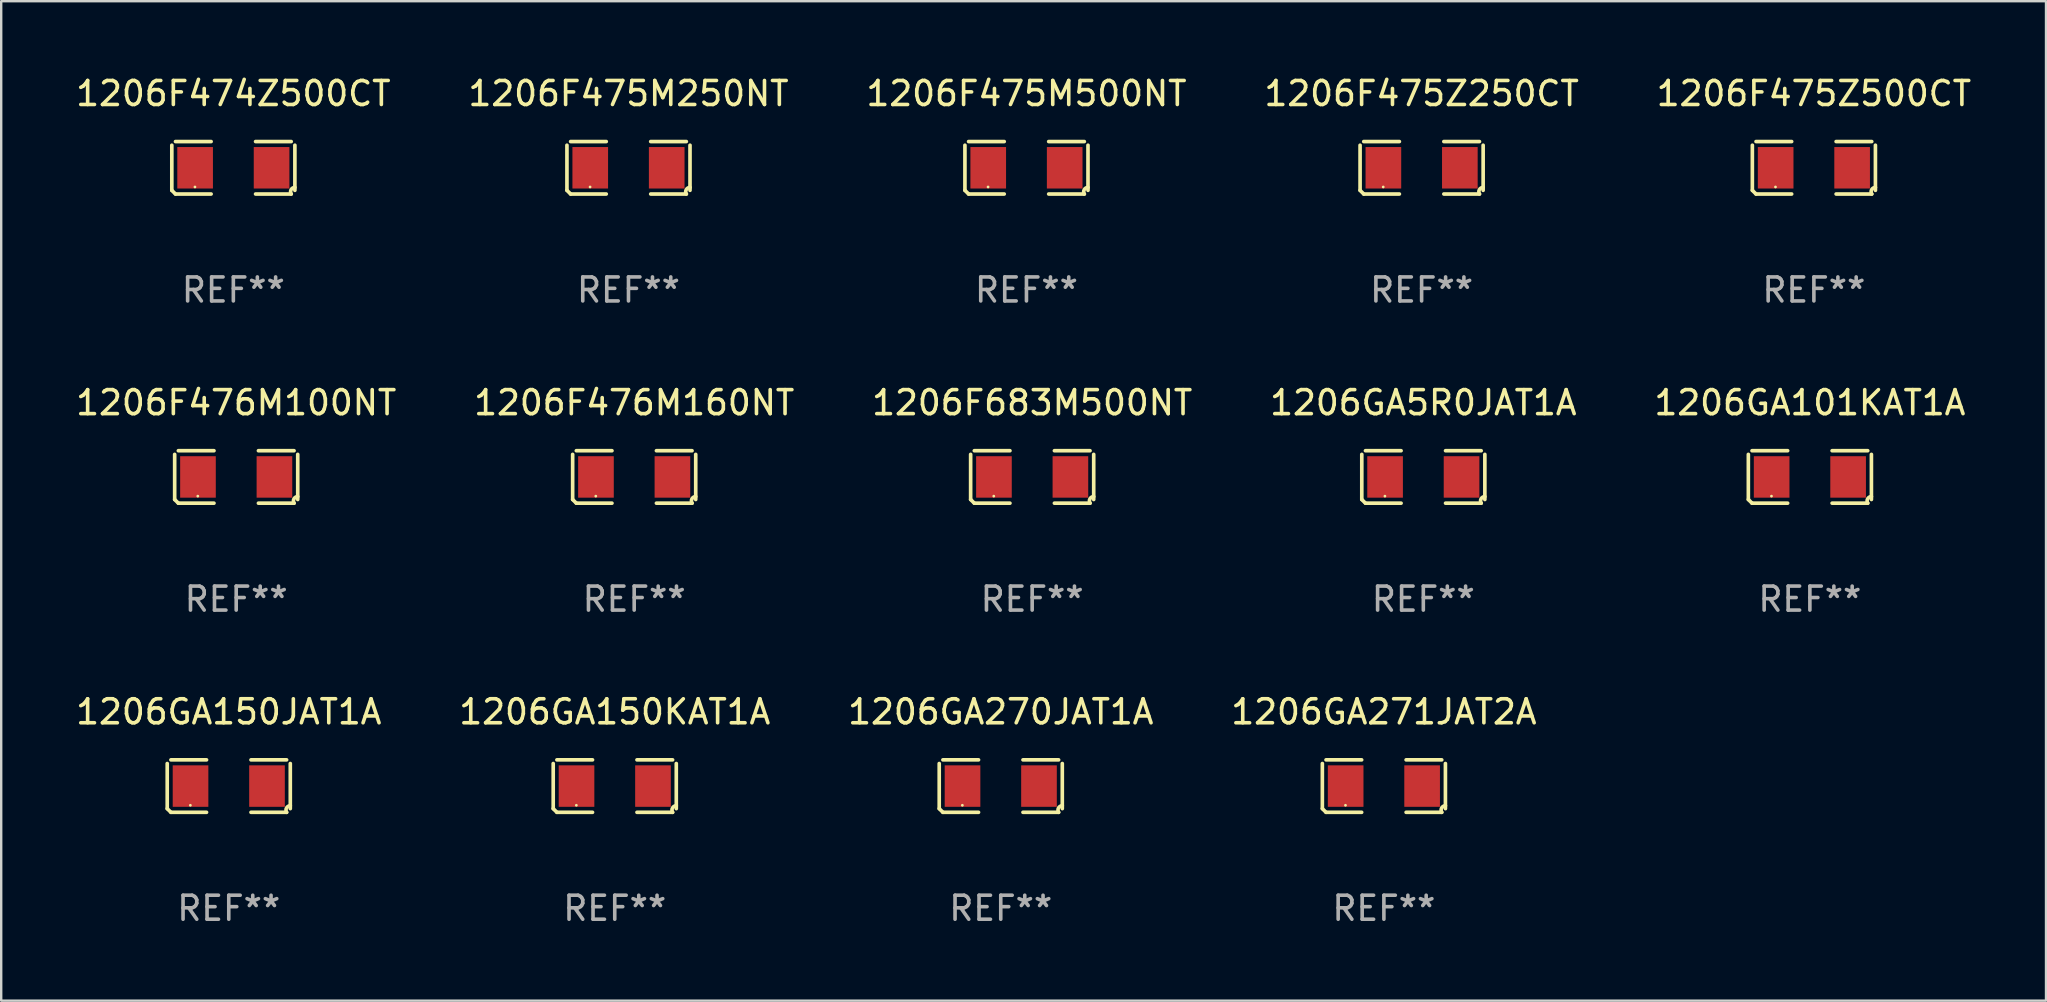
<source format=kicad_pcb>
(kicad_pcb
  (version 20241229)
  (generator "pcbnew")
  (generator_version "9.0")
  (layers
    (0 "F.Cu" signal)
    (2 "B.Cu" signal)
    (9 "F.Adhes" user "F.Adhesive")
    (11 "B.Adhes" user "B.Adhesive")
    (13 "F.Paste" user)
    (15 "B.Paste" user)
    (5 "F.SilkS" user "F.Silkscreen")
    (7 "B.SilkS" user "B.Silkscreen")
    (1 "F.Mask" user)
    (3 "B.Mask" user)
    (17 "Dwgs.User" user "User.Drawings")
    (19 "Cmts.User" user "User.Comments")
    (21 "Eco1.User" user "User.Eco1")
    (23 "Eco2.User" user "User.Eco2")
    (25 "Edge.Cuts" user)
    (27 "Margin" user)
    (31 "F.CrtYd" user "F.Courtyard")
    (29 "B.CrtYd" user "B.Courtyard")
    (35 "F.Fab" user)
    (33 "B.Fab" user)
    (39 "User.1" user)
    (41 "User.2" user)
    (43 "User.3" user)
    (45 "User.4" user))
  (footprint "1206F475M250NT"
    (layer "F.Cu")
    (at 23.137 3.941)
    (property "Reference" "1206F475M250NT" (at 0 -3.093 0) (layer "F.SilkS") (effects (font (size 1 1) (thickness 0.15))))
    (attr through_hole)
    (fp_line (start -2.564 0.94) (end -2.564 -0.94) (stroke (width 0.152) (type solid)) (layer "F.SilkS"))
    (fp_line (start -2.411 -1.093) (end -0.926 -1.093) (stroke (width 0.152) (type solid)) (layer "F.SilkS"))
    (fp_line (start -0.926 1.093) (end -2.411 1.093) (stroke (width 0.152) (type solid)) (layer "F.SilkS"))
    (fp_line (start 0.926 1.093) (end 2.411 1.093) (stroke (width 0.152) (type solid)) (layer "F.SilkS"))
    (fp_line (start 2.411 -1.093) (end 0.926 -1.093) (stroke (width 0.152) (type solid)) (layer "F.SilkS"))
    (fp_line (start 2.564 0.94) (end 2.564 -0.94) (stroke (width 0.152) (type solid)) (layer "F.SilkS"))
    (fp_arc (start -2.411201 1.092609) (mid -2.487413 1.01642) (end -2.563602 0.940208) (stroke (width 0.1524) (type solid)) (layer "F.SilkS"))
    (fp_arc (start 2.411201 1.092609) (mid 2.407159 0.911226) (end 2.563602 0.819347) (stroke (width 0.1524) (type solid)) (layer "F.SilkS"))
    (fp_circle (center -1.6 0.8) (end -1.57 0.8) (stroke (width 0.06) (type solid)) (fill no) (layer "F.SilkS"))
    (fp_text user "REF**" (at 0 5.093 0) (layer "F.Fab") (effects (font (size 1 1) (thickness 0.15))))
    (pad "1" smd rect (at -1.593 0) (size 1.485 1.728) (layers "F.Cu" "F.Mask" "F.Paste"))
    (pad "2" smd rect (at 1.593 0) (size 1.485 1.728) (layers "F.Cu" "F.Mask" "F.Paste")))
  (footprint "1206GA150KAT1A"
    (layer "F.Cu")
    (at 22.565 29.704)
    (property "Reference" "1206GA150KAT1A" (at 0 -3.093 0) (layer "F.SilkS") (effects (font (size 1 1) (thickness 0.15))))
    (attr through_hole)
    (fp_line (start -2.564 0.94) (end -2.564 -0.94) (stroke (width 0.152) (type solid)) (layer "F.SilkS"))
    (fp_line (start -2.411 -1.093) (end -0.926 -1.093) (stroke (width 0.152) (type solid)) (layer "F.SilkS"))
    (fp_line (start -0.926 1.093) (end -2.411 1.093) (stroke (width 0.152) (type solid)) (layer "F.SilkS"))
    (fp_line (start 0.926 1.093) (end 2.411 1.093) (stroke (width 0.152) (type solid)) (layer "F.SilkS"))
    (fp_line (start 2.411 -1.093) (end 0.926 -1.093) (stroke (width 0.152) (type solid)) (layer "F.SilkS"))
    (fp_line (start 2.564 0.94) (end 2.564 -0.94) (stroke (width 0.152) (type solid)) (layer "F.SilkS"))
    (fp_arc (start -2.411201 1.092609) (mid -2.487413 1.01642) (end -2.563602 0.940208) (stroke (width 0.1524) (type solid)) (layer "F.SilkS"))
    (fp_arc (start 2.411201 1.092609) (mid 2.407159 0.911226) (end 2.563602 0.819347) (stroke (width 0.1524) (type solid)) (layer "F.SilkS"))
    (fp_circle (center -1.6 0.8) (end -1.57 0.8) (stroke (width 0.06) (type solid)) (fill no) (layer "F.SilkS"))
    (fp_text user "REF**" (at 0 5.093 0) (layer "F.Fab") (effects (font (size 1 1) (thickness 0.15))))
    (pad "1" smd rect (at -1.593 0) (size 1.485 1.728) (layers "F.Cu" "F.Mask" "F.Paste"))
    (pad "2" smd rect (at 1.593 0) (size 1.485 1.728) (layers "F.Cu" "F.Mask" "F.Paste")))
  (footprint "1206F475M500NT"
    (layer "F.Cu")
    (at 39.72 3.941)
    (property "Reference" "1206F475M500NT" (at 0 -3.093 0) (layer "F.SilkS") (effects (font (size 1 1) (thickness 0.15))))
    (attr through_hole)
    (fp_line (start -2.564 0.94) (end -2.564 -0.94) (stroke (width 0.152) (type solid)) (layer "F.SilkS"))
    (fp_line (start -2.411 -1.093) (end -0.926 -1.093) (stroke (width 0.152) (type solid)) (layer "F.SilkS"))
    (fp_line (start -0.926 1.093) (end -2.411 1.093) (stroke (width 0.152) (type solid)) (layer "F.SilkS"))
    (fp_line (start 0.926 1.093) (end 2.411 1.093) (stroke (width 0.152) (type solid)) (layer "F.SilkS"))
    (fp_line (start 2.411 -1.093) (end 0.926 -1.093) (stroke (width 0.152) (type solid)) (layer "F.SilkS"))
    (fp_line (start 2.564 0.94) (end 2.564 -0.94) (stroke (width 0.152) (type solid)) (layer "F.SilkS"))
    (fp_arc (start -2.411201 1.092609) (mid -2.487413 1.01642) (end -2.563602 0.940208) (stroke (width 0.1524) (type solid)) (layer "F.SilkS"))
    (fp_arc (start 2.411201 1.092609) (mid 2.407159 0.911226) (end 2.563602 0.819347) (stroke (width 0.1524) (type solid)) (layer "F.SilkS"))
    (fp_circle (center -1.6 0.8) (end -1.57 0.8) (stroke (width 0.06) (type solid)) (fill no) (layer "F.SilkS"))
    (fp_text user "REF**" (at 0 5.093 0) (layer "F.Fab") (effects (font (size 1 1) (thickness 0.15))))
    (pad "1" smd rect (at -1.593 0) (size 1.485 1.728) (layers "F.Cu" "F.Mask" "F.Paste"))
    (pad "2" smd rect (at 1.593 0) (size 1.485 1.728) (layers "F.Cu" "F.Mask" "F.Paste")))
  (footprint "1206F474Z500CT"
    (layer "F.Cu")
    (at 6.673 3.941)
    (property "Reference" "1206F474Z500CT" (at 0 -3.093 0) (layer "F.SilkS") (effects (font (size 1 1) (thickness 0.15))))
    (attr through_hole)
    (fp_line (start -2.564 0.94) (end -2.564 -0.94) (stroke (width 0.152) (type solid)) (layer "F.SilkS"))
    (fp_line (start -2.411 -1.093) (end -0.926 -1.093) (stroke (width 0.152) (type solid)) (layer "F.SilkS"))
    (fp_line (start -0.926 1.093) (end -2.411 1.093) (stroke (width 0.152) (type solid)) (layer "F.SilkS"))
    (fp_line (start 0.926 1.093) (end 2.411 1.093) (stroke (width 0.152) (type solid)) (layer "F.SilkS"))
    (fp_line (start 2.411 -1.093) (end 0.926 -1.093) (stroke (width 0.152) (type solid)) (layer "F.SilkS"))
    (fp_line (start 2.564 0.94) (end 2.564 -0.94) (stroke (width 0.152) (type solid)) (layer "F.SilkS"))
    (fp_arc (start -2.411201 1.092609) (mid -2.487413 1.01642) (end -2.563602 0.940208) (stroke (width 0.1524) (type solid)) (layer "F.SilkS"))
    (fp_arc (start 2.411201 1.092609) (mid 2.407159 0.911226) (end 2.563602 0.819347) (stroke (width 0.1524) (type solid)) (layer "F.SilkS"))
    (fp_circle (center -1.6 0.8) (end -1.57 0.8) (stroke (width 0.06) (type solid)) (fill no) (layer "F.SilkS"))
    (fp_text user "REF**" (at 0 5.093 0) (layer "F.Fab") (effects (font (size 1 1) (thickness 0.15))))
    (pad "1" smd rect (at -1.593 0) (size 1.485 1.728) (layers "F.Cu" "F.Mask" "F.Paste"))
    (pad "2" smd rect (at 1.593 0) (size 1.485 1.728) (layers "F.Cu" "F.Mask" "F.Paste")))
  (footprint "1206F475Z250CT"
    (layer "F.Cu")
    (at 56.185 3.941)
    (property "Reference" "1206F475Z250CT" (at 0 -3.093 0) (layer "F.SilkS") (effects (font (size 1 1) (thickness 0.15))))
    (attr through_hole)
    (fp_line (start -2.564 0.94) (end -2.564 -0.94) (stroke (width 0.152) (type solid)) (layer "F.SilkS"))
    (fp_line (start -2.411 -1.093) (end -0.926 -1.093) (stroke (width 0.152) (type solid)) (layer "F.SilkS"))
    (fp_line (start -0.926 1.093) (end -2.411 1.093) (stroke (width 0.152) (type solid)) (layer "F.SilkS"))
    (fp_line (start 0.926 1.093) (end 2.411 1.093) (stroke (width 0.152) (type solid)) (layer "F.SilkS"))
    (fp_line (start 2.411 -1.093) (end 0.926 -1.093) (stroke (width 0.152) (type solid)) (layer "F.SilkS"))
    (fp_line (start 2.564 0.94) (end 2.564 -0.94) (stroke (width 0.152) (type solid)) (layer "F.SilkS"))
    (fp_arc (start -2.411201 1.092609) (mid -2.487413 1.01642) (end -2.563602 0.940208) (stroke (width 0.1524) (type solid)) (layer "F.SilkS"))
    (fp_arc (start 2.411201 1.092609) (mid 2.407159 0.911226) (end 2.563602 0.819347) (stroke (width 0.1524) (type solid)) (layer "F.SilkS"))
    (fp_circle (center -1.6 0.8) (end -1.57 0.8) (stroke (width 0.06) (type solid)) (fill no) (layer "F.SilkS"))
    (fp_text user "REF**" (at 0 5.093 0) (layer "F.Fab") (effects (font (size 1 1) (thickness 0.15))))
    (pad "1" smd rect (at -1.593 0) (size 1.485 1.728) (layers "F.Cu" "F.Mask" "F.Paste"))
    (pad "2" smd rect (at 1.593 0) (size 1.485 1.728) (layers "F.Cu" "F.Mask" "F.Paste")))
  (footprint "1206F476M160NT"
    (layer "F.Cu")
    (at 23.375 16.823)
    (property "Reference" "1206F476M160NT" (at 0 -3.093 0) (layer "F.SilkS") (effects (font (size 1 1) (thickness 0.15))))
    (attr through_hole)
    (fp_line (start -2.564 0.94) (end -2.564 -0.94) (stroke (width 0.152) (type solid)) (layer "F.SilkS"))
    (fp_line (start -2.411 -1.093) (end -0.926 -1.093) (stroke (width 0.152) (type solid)) (layer "F.SilkS"))
    (fp_line (start -0.926 1.093) (end -2.411 1.093) (stroke (width 0.152) (type solid)) (layer "F.SilkS"))
    (fp_line (start 0.926 1.093) (end 2.411 1.093) (stroke (width 0.152) (type solid)) (layer "F.SilkS"))
    (fp_line (start 2.411 -1.093) (end 0.926 -1.093) (stroke (width 0.152) (type solid)) (layer "F.SilkS"))
    (fp_line (start 2.564 0.94) (end 2.564 -0.94) (stroke (width 0.152) (type solid)) (layer "F.SilkS"))
    (fp_arc (start -2.411201 1.092609) (mid -2.487413 1.01642) (end -2.563602 0.940208) (stroke (width 0.1524) (type solid)) (layer "F.SilkS"))
    (fp_arc (start 2.411201 1.092609) (mid 2.407159 0.911226) (end 2.563602 0.819347) (stroke (width 0.1524) (type solid)) (layer "F.SilkS"))
    (fp_circle (center -1.6 0.8) (end -1.57 0.8) (stroke (width 0.06) (type solid)) (fill no) (layer "F.SilkS"))
    (fp_text user "REF**" (at 0 5.093 0) (layer "F.Fab") (effects (font (size 1 1) (thickness 0.15))))
    (pad "1" smd rect (at -1.593 0) (size 1.485 1.728) (layers "F.Cu" "F.Mask" "F.Paste"))
    (pad "2" smd rect (at 1.593 0) (size 1.485 1.728) (layers "F.Cu" "F.Mask" "F.Paste")))
  (footprint "1206F683M500NT"
    (layer "F.Cu")
    (at 39.958 16.823)
    (property "Reference" "1206F683M500NT" (at 0 -3.093 0) (layer "F.SilkS") (effects (font (size 1 1) (thickness 0.15))))
    (attr through_hole)
    (fp_line (start -2.564 0.94) (end -2.564 -0.94) (stroke (width 0.152) (type solid)) (layer "F.SilkS"))
    (fp_line (start -2.411 -1.093) (end -0.926 -1.093) (stroke (width 0.152) (type solid)) (layer "F.SilkS"))
    (fp_line (start -0.926 1.093) (end -2.411 1.093) (stroke (width 0.152) (type solid)) (layer "F.SilkS"))
    (fp_line (start 0.926 1.093) (end 2.411 1.093) (stroke (width 0.152) (type solid)) (layer "F.SilkS"))
    (fp_line (start 2.411 -1.093) (end 0.926 -1.093) (stroke (width 0.152) (type solid)) (layer "F.SilkS"))
    (fp_line (start 2.564 0.94) (end 2.564 -0.94) (stroke (width 0.152) (type solid)) (layer "F.SilkS"))
    (fp_arc (start -2.411201 1.092609) (mid -2.487413 1.01642) (end -2.563602 0.940208) (stroke (width 0.1524) (type solid)) (layer "F.SilkS"))
    (fp_arc (start 2.411201 1.092609) (mid 2.407159 0.911226) (end 2.563602 0.819347) (stroke (width 0.1524) (type solid)) (layer "F.SilkS"))
    (fp_circle (center -1.6 0.8) (end -1.57 0.8) (stroke (width 0.06) (type solid)) (fill no) (layer "F.SilkS"))
    (fp_text user "REF**" (at 0 5.093 0) (layer "F.Fab") (effects (font (size 1 1) (thickness 0.15))))
    (pad "1" smd rect (at -1.593 0) (size 1.485 1.728) (layers "F.Cu" "F.Mask" "F.Paste"))
    (pad "2" smd rect (at 1.593 0) (size 1.485 1.728) (layers "F.Cu" "F.Mask" "F.Paste")))
  (footprint "1206GA150JAT1A"
    (layer "F.Cu")
    (at 6.482 29.704)
    (property "Reference" "1206GA150JAT1A" (at 0 -3.093 0) (layer "F.SilkS") (effects (font (size 1 1) (thickness 0.15))))
    (attr through_hole)
    (fp_line (start -2.564 0.94) (end -2.564 -0.94) (stroke (width 0.152) (type solid)) (layer "F.SilkS"))
    (fp_line (start -2.411 -1.093) (end -0.926 -1.093) (stroke (width 0.152) (type solid)) (layer "F.SilkS"))
    (fp_line (start -0.926 1.093) (end -2.411 1.093) (stroke (width 0.152) (type solid)) (layer "F.SilkS"))
    (fp_line (start 0.926 1.093) (end 2.411 1.093) (stroke (width 0.152) (type solid)) (layer "F.SilkS"))
    (fp_line (start 2.411 -1.093) (end 0.926 -1.093) (stroke (width 0.152) (type solid)) (layer "F.SilkS"))
    (fp_line (start 2.564 0.94) (end 2.564 -0.94) (stroke (width 0.152) (type solid)) (layer "F.SilkS"))
    (fp_arc (start -2.411201 1.092609) (mid -2.487413 1.01642) (end -2.563602 0.940208) (stroke (width 0.1524) (type solid)) (layer "F.SilkS"))
    (fp_arc (start 2.411201 1.092609) (mid 2.407159 0.911226) (end 2.563602 0.819347) (stroke (width 0.1524) (type solid)) (layer "F.SilkS"))
    (fp_circle (center -1.6 0.8) (end -1.57 0.8) (stroke (width 0.06) (type solid)) (fill no) (layer "F.SilkS"))
    (fp_text user "REF**" (at 0 5.093 0) (layer "F.Fab") (effects (font (size 1 1) (thickness 0.15))))
    (pad "1" smd rect (at -1.593 0) (size 1.485 1.728) (layers "F.Cu" "F.Mask" "F.Paste"))
    (pad "2" smd rect (at 1.593 0) (size 1.485 1.728) (layers "F.Cu" "F.Mask" "F.Paste")))
  (footprint "1206F475Z500CT"
    (layer "F.Cu")
    (at 72.53 3.941)
    (property "Reference" "1206F475Z500CT" (at 0 -3.093 0) (layer "F.SilkS") (effects (font (size 1 1) (thickness 0.15))))
    (attr through_hole)
    (fp_line (start -2.564 0.94) (end -2.564 -0.94) (stroke (width 0.152) (type solid)) (layer "F.SilkS"))
    (fp_line (start -2.411 -1.093) (end -0.926 -1.093) (stroke (width 0.152) (type solid)) (layer "F.SilkS"))
    (fp_line (start -0.926 1.093) (end -2.411 1.093) (stroke (width 0.152) (type solid)) (layer "F.SilkS"))
    (fp_line (start 0.926 1.093) (end 2.411 1.093) (stroke (width 0.152) (type solid)) (layer "F.SilkS"))
    (fp_line (start 2.411 -1.093) (end 0.926 -1.093) (stroke (width 0.152) (type solid)) (layer "F.SilkS"))
    (fp_line (start 2.564 0.94) (end 2.564 -0.94) (stroke (width 0.152) (type solid)) (layer "F.SilkS"))
    (fp_arc (start -2.411201 1.092609) (mid -2.487413 1.01642) (end -2.563602 0.940208) (stroke (width 0.1524) (type solid)) (layer "F.SilkS"))
    (fp_arc (start 2.411201 1.092609) (mid 2.407159 0.911226) (end 2.563602 0.819347) (stroke (width 0.1524) (type solid)) (layer "F.SilkS"))
    (fp_circle (center -1.6 0.8) (end -1.57 0.8) (stroke (width 0.06) (type solid)) (fill no) (layer "F.SilkS"))
    (fp_text user "REF**" (at 0 5.093 0) (layer "F.Fab") (effects (font (size 1 1) (thickness 0.15))))
    (pad "1" smd rect (at -1.593 0) (size 1.485 1.728) (layers "F.Cu" "F.Mask" "F.Paste"))
    (pad "2" smd rect (at 1.593 0) (size 1.485 1.728) (layers "F.Cu" "F.Mask" "F.Paste")))
  (footprint "1206GA5R0JAT1A"
    (layer "F.Cu")
    (at 56.256 16.823)
    (property "Reference" "1206GA5R0JAT1A" (at 0 -3.093 0) (layer "F.SilkS") (effects (font (size 1 1) (thickness 0.15))))
    (attr through_hole)
    (fp_line (start -2.564 0.94) (end -2.564 -0.94) (stroke (width 0.152) (type solid)) (layer "F.SilkS"))
    (fp_line (start -2.411 -1.093) (end -0.926 -1.093) (stroke (width 0.152) (type solid)) (layer "F.SilkS"))
    (fp_line (start -0.926 1.093) (end -2.411 1.093) (stroke (width 0.152) (type solid)) (layer "F.SilkS"))
    (fp_line (start 0.926 1.093) (end 2.411 1.093) (stroke (width 0.152) (type solid)) (layer "F.SilkS"))
    (fp_line (start 2.411 -1.093) (end 0.926 -1.093) (stroke (width 0.152) (type solid)) (layer "F.SilkS"))
    (fp_line (start 2.564 0.94) (end 2.564 -0.94) (stroke (width 0.152) (type solid)) (layer "F.SilkS"))
    (fp_arc (start -2.411201 1.092609) (mid -2.487413 1.01642) (end -2.563602 0.940208) (stroke (width 0.1524) (type solid)) (layer "F.SilkS"))
    (fp_arc (start 2.411201 1.092609) (mid 2.407159 0.911226) (end 2.563602 0.819347) (stroke (width 0.1524) (type solid)) (layer "F.SilkS"))
    (fp_circle (center -1.6 0.8) (end -1.57 0.8) (stroke (width 0.06) (type solid)) (fill no) (layer "F.SilkS"))
    (fp_text user "REF**" (at 0 5.093 0) (layer "F.Fab") (effects (font (size 1 1) (thickness 0.15))))
    (pad "1" smd rect (at -1.593 0) (size 1.485 1.728) (layers "F.Cu" "F.Mask" "F.Paste"))
    (pad "2" smd rect (at 1.593 0) (size 1.485 1.728) (layers "F.Cu" "F.Mask" "F.Paste")))
  (footprint "1206GA270JAT1A"
    (layer "F.Cu")
    (at 38.649 29.704)
    (property "Reference" "1206GA270JAT1A" (at 0 -3.093 0) (layer "F.SilkS") (effects (font (size 1 1) (thickness 0.15))))
    (attr through_hole)
    (fp_line (start -2.564 0.94) (end -2.564 -0.94) (stroke (width 0.152) (type solid)) (layer "F.SilkS"))
    (fp_line (start -2.411 -1.093) (end -0.926 -1.093) (stroke (width 0.152) (type solid)) (layer "F.SilkS"))
    (fp_line (start -0.926 1.093) (end -2.411 1.093) (stroke (width 0.152) (type solid)) (layer "F.SilkS"))
    (fp_line (start 0.926 1.093) (end 2.411 1.093) (stroke (width 0.152) (type solid)) (layer "F.SilkS"))
    (fp_line (start 2.411 -1.093) (end 0.926 -1.093) (stroke (width 0.152) (type solid)) (layer "F.SilkS"))
    (fp_line (start 2.564 0.94) (end 2.564 -0.94) (stroke (width 0.152) (type solid)) (layer "F.SilkS"))
    (fp_arc (start -2.411201 1.092609) (mid -2.487413 1.01642) (end -2.563602 0.940208) (stroke (width 0.1524) (type solid)) (layer "F.SilkS"))
    (fp_arc (start 2.411201 1.092609) (mid 2.407159 0.911226) (end 2.563602 0.819347) (stroke (width 0.1524) (type solid)) (layer "F.SilkS"))
    (fp_circle (center -1.6 0.8) (end -1.57 0.8) (stroke (width 0.06) (type solid)) (fill no) (layer "F.SilkS"))
    (fp_text user "REF**" (at 0 5.093 0) (layer "F.Fab") (effects (font (size 1 1) (thickness 0.15))))
    (pad "1" smd rect (at -1.593 0) (size 1.485 1.728) (layers "F.Cu" "F.Mask" "F.Paste"))
    (pad "2" smd rect (at 1.593 0) (size 1.485 1.728) (layers "F.Cu" "F.Mask" "F.Paste")))
  (footprint "1206GA271JAT2A"
    (layer "F.Cu")
    (at 54.613 29.704)
    (property "Reference" "1206GA271JAT2A" (at 0 -3.093 0) (layer "F.SilkS") (effects (font (size 1 1) (thickness 0.15))))
    (attr through_hole)
    (fp_line (start -2.564 0.94) (end -2.564 -0.94) (stroke (width 0.152) (type solid)) (layer "F.SilkS"))
    (fp_line (start -2.411 -1.093) (end -0.926 -1.093) (stroke (width 0.152) (type solid)) (layer "F.SilkS"))
    (fp_line (start -0.926 1.093) (end -2.411 1.093) (stroke (width 0.152) (type solid)) (layer "F.SilkS"))
    (fp_line (start 0.926 1.093) (end 2.411 1.093) (stroke (width 0.152) (type solid)) (layer "F.SilkS"))
    (fp_line (start 2.411 -1.093) (end 0.926 -1.093) (stroke (width 0.152) (type solid)) (layer "F.SilkS"))
    (fp_line (start 2.564 0.94) (end 2.564 -0.94) (stroke (width 0.152) (type solid)) (layer "F.SilkS"))
    (fp_arc (start -2.411201 1.092609) (mid -2.487413 1.01642) (end -2.563602 0.940208) (stroke (width 0.1524) (type solid)) (layer "F.SilkS"))
    (fp_arc (start 2.411201 1.092609) (mid 2.407159 0.911226) (end 2.563602 0.819347) (stroke (width 0.1524) (type solid)) (layer "F.SilkS"))
    (fp_circle (center -1.6 0.8) (end -1.57 0.8) (stroke (width 0.06) (type solid)) (fill no) (layer "F.SilkS"))
    (fp_text user "REF**" (at 0 5.093 0) (layer "F.Fab") (effects (font (size 1 1) (thickness 0.15))))
    (pad "1" smd rect (at -1.593 0) (size 1.485 1.728) (layers "F.Cu" "F.Mask" "F.Paste"))
    (pad "2" smd rect (at 1.593 0) (size 1.485 1.728) (layers "F.Cu" "F.Mask" "F.Paste")))
  (footprint "1206F476M100NT"
    (layer "F.Cu")
    (at 6.792 16.823)
    (property "Reference" "1206F476M100NT" (at 0 -3.093 0) (layer "F.SilkS") (effects (font (size 1 1) (thickness 0.15))))
    (attr through_hole)
    (fp_line (start -2.564 0.94) (end -2.564 -0.94) (stroke (width 0.152) (type solid)) (layer "F.SilkS"))
    (fp_line (start -2.411 -1.093) (end -0.926 -1.093) (stroke (width 0.152) (type solid)) (layer "F.SilkS"))
    (fp_line (start -0.926 1.093) (end -2.411 1.093) (stroke (width 0.152) (type solid)) (layer "F.SilkS"))
    (fp_line (start 0.926 1.093) (end 2.411 1.093) (stroke (width 0.152) (type solid)) (layer "F.SilkS"))
    (fp_line (start 2.411 -1.093) (end 0.926 -1.093) (stroke (width 0.152) (type solid)) (layer "F.SilkS"))
    (fp_line (start 2.564 0.94) (end 2.564 -0.94) (stroke (width 0.152) (type solid)) (layer "F.SilkS"))
    (fp_arc (start -2.411201 1.092609) (mid -2.487413 1.01642) (end -2.563602 0.940208) (stroke (width 0.1524) (type solid)) (layer "F.SilkS"))
    (fp_arc (start 2.411201 1.092609) (mid 2.407159 0.911226) (end 2.563602 0.819347) (stroke (width 0.1524) (type solid)) (layer "F.SilkS"))
    (fp_circle (center -1.6 0.8) (end -1.57 0.8) (stroke (width 0.06) (type solid)) (fill no) (layer "F.SilkS"))
    (fp_text user "REF**" (at 0 5.093 0) (layer "F.Fab") (effects (font (size 1 1) (thickness 0.15))))
    (pad "1" smd rect (at -1.593 0) (size 1.485 1.728) (layers "F.Cu" "F.Mask" "F.Paste"))
    (pad "2" smd rect (at 1.593 0) (size 1.485 1.728) (layers "F.Cu" "F.Mask" "F.Paste")))
  (footprint "1206GA101KAT1A"
    (layer "F.Cu")
    (at 72.363 16.823)
    (property "Reference" "1206GA101KAT1A" (at 0 -3.093 0) (layer "F.SilkS") (effects (font (size 1 1) (thickness 0.15))))
    (attr through_hole)
    (fp_line (start -2.564 0.94) (end -2.564 -0.94) (stroke (width 0.152) (type solid)) (layer "F.SilkS"))
    (fp_line (start -2.411 -1.093) (end -0.926 -1.093) (stroke (width 0.152) (type solid)) (layer "F.SilkS"))
    (fp_line (start -0.926 1.093) (end -2.411 1.093) (stroke (width 0.152) (type solid)) (layer "F.SilkS"))
    (fp_line (start 0.926 1.093) (end 2.411 1.093) (stroke (width 0.152) (type solid)) (layer "F.SilkS"))
    (fp_line (start 2.411 -1.093) (end 0.926 -1.093) (stroke (width 0.152) (type solid)) (layer "F.SilkS"))
    (fp_line (start 2.564 0.94) (end 2.564 -0.94) (stroke (width 0.152) (type solid)) (layer "F.SilkS"))
    (fp_arc (start -2.411201 1.092609) (mid -2.487413 1.01642) (end -2.563602 0.940208) (stroke (width 0.1524) (type solid)) (layer "F.SilkS"))
    (fp_arc (start 2.411201 1.092609) (mid 2.407159 0.911226) (end 2.563602 0.819347) (stroke (width 0.1524) (type solid)) (layer "F.SilkS"))
    (fp_circle (center -1.6 0.8) (end -1.57 0.8) (stroke (width 0.06) (type solid)) (fill no) (layer "F.SilkS"))
    (fp_text user "REF**" (at 0 5.093 0) (layer "F.Fab") (effects (font (size 1 1) (thickness 0.15))))
    (pad "1" smd rect (at -1.593 0) (size 1.485 1.728) (layers "F.Cu" "F.Mask" "F.Paste"))
    (pad "2" smd rect (at 1.593 0) (size 1.485 1.728) (layers "F.Cu" "F.Mask" "F.Paste")))
  (gr_rect
    (start -3 -3)
    (end 82.202 38.645)
    (stroke (width 0.1) (type default))
    (fill no)
    (layer "Edge.Cuts")))
</source>
